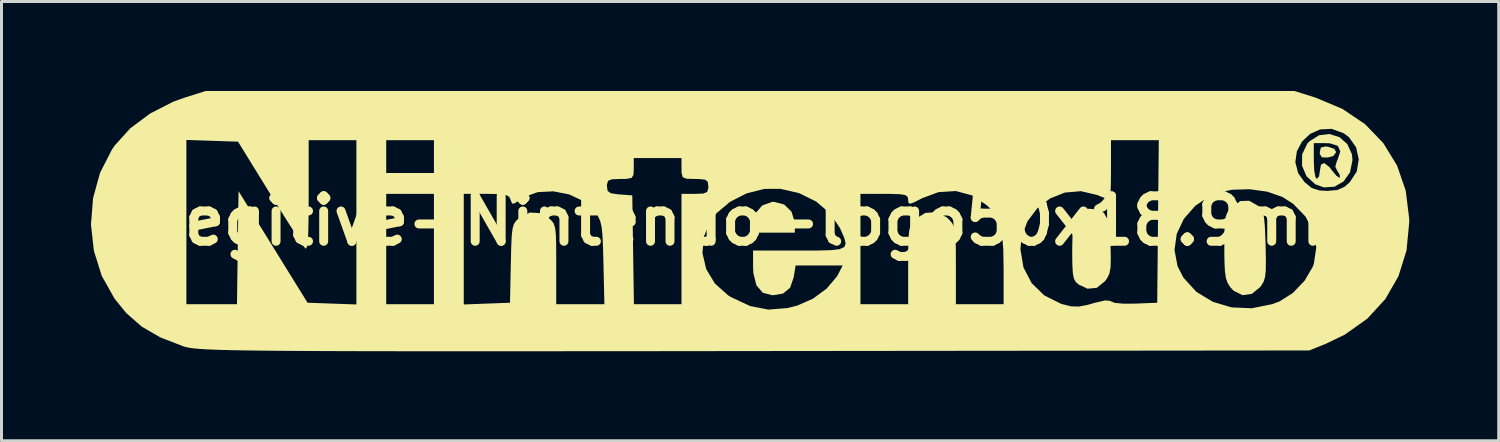
<source format=kicad_pcb>
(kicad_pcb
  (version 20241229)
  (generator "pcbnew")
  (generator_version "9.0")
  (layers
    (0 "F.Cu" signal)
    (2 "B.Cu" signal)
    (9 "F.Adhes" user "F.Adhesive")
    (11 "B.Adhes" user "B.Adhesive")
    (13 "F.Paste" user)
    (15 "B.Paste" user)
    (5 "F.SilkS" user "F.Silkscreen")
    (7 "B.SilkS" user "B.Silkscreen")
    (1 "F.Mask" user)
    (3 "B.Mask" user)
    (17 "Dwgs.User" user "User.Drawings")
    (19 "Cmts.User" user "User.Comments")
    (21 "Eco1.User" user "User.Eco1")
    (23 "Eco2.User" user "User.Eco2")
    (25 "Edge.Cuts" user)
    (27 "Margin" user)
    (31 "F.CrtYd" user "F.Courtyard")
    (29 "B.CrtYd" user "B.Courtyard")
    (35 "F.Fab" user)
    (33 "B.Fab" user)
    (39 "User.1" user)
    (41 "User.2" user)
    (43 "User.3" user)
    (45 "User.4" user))
  (footprint "Negitive-Nintendo-logo50x18.9mm"
    (layer "F.Cu")
    (at 22.099 4.35)
    (property "Reference" "Negitive-Nintendo-logo50x18.9mm" (at 0 0 0) (layer "F.SilkS") (effects (font (size 1.524 1.524) (thickness 0.3))))
    (attr board_only exclude_from_pos_files exclude_from_bom)
    (fp_poly (pts (xy 19.375 -2.482) (xy 19.586 -2.409) (xy 19.65 -2.3) (xy 19.56 -2.174) (xy 19.375 -2.118) (xy 19.173 -2.124) (xy 19.104 -2.233) (xy 19.1 -2.3) (xy 19.137 -2.452) (xy 19.288 -2.489)) (stroke (width 0) (type solid)) (fill yes) (layer "F.SilkS"))
    (fp_poly (pts (xy 1.142 -0.544) (xy 1.387 -0.305) (xy 1.497 0.044) (xy 1.5 0.111) (xy 1.5 0.4) (xy 0.1 0.4) (xy 0.1 0.111) (xy 0.184 -0.253) (xy 0.409 -0.513) (xy 0.737 -0.631) (xy 0.8 -0.633)) (stroke (width 0) (type solid)) (fill yes) (layer "F.SilkS"))
    (fp_poly (pts (xy 11.667 -0.372) (xy 11.859 -0.268) (xy 11.98 -0.057) (xy 12.049 0.291) (xy 12.083 0.807) (xy 12.084 0.817) (xy 12.095 1.269) (xy 12.085 1.572) (xy 12.046 1.776) (xy 11.969 1.932) (xy 11.902 2.025) (xy 11.626 2.25) (xy 11.315 2.28) (xy 11.022 2.144) (xy 10.922 2.059) (xy 10.857 1.944) (xy 10.821 1.759) (xy 10.804 1.461) (xy 10.8 1.008) (xy 10.8 0.951) (xy 10.812 0.4) (xy 10.855 0.019) (xy 10.942 -0.221) (xy 11.087 -0.351) (xy 11.301 -0.398) (xy 11.388 -0.4)) (stroke (width 0) (type solid)) (fill yes) (layer "F.SilkS"))
    (fp_poly (pts (xy 17.014 -0.509) (xy 17.117 -0.412) (xy 17.187 -0.29) (xy 17.231 -0.105) (xy 17.258 0.185) (xy 17.277 0.621) (xy 17.283 0.817) (xy 17.294 1.318) (xy 17.29 1.662) (xy 17.265 1.893) (xy 17.213 2.055) (xy 17.128 2.191) (xy 17.101 2.226) (xy 16.821 2.453) (xy 16.512 2.496) (xy 16.217 2.352) (xy 16.107 2.237) (xy 16.014 2.094) (xy 15.953 1.922) (xy 15.918 1.676) (xy 15.903 1.311) (xy 15.9 0.882) (xy 15.903 0.397) (xy 15.917 0.068) (xy 15.95 -0.147) (xy 16.01 -0.294) (xy 16.106 -0.414) (xy 16.145 -0.455) (xy 16.44 -0.66) (xy 16.732 -0.669)) (stroke (width 0) (type solid)) (fill yes) (layer "F.SilkS"))
    (fp_poly (pts (xy 19.759 -2.802) (xy 20.024 -2.57) (xy 20.177 -2.231) (xy 20.197 -2.03) (xy 20.114 -1.624) (xy 19.901 -1.319) (xy 19.597 -1.141) (xy 19.241 -1.116) (xy 18.95 -1.221) (xy 18.655 -1.491) (xy 18.505 -1.846) (xy 18.507 -2) (xy 18.9 -2) (xy 18.915 -1.68) (xy 18.955 -1.464) (xy 19 -1.4) (xy 19.076 -1.485) (xy 19.1 -1.644) (xy 19.14 -1.88) (xy 19.25 -1.933) (xy 19.421 -1.801) (xy 19.503 -1.695) (xy 19.656 -1.511) (xy 19.761 -1.437) (xy 19.775 -1.442) (xy 19.764 -1.55) (xy 19.699 -1.651) (xy 19.621 -1.807) (xy 19.672 -1.997) (xy 19.698 -2.047) (xy 19.789 -2.327) (xy 19.706 -2.509) (xy 19.448 -2.593) (xy 19.303 -2.6) (xy 18.9 -2.6) (xy 18.9 -2) (xy 18.507 -2) (xy 18.51 -2.227) (xy 18.678 -2.579) (xy 18.745 -2.655) (xy 19.073 -2.864) (xy 19.426 -2.907)) (stroke (width 0) (type solid)) (fill yes) (layer "F.SilkS"))
    (fp_poly (pts (xy 18.962 -4.126) (xy 19.858 -3.75) (xy 20.619 -3.237) (xy 21.233 -2.599) (xy 21.691 -1.851) (xy 21.983 -1.004) (xy 22.098 -0.074) (xy 22.1 0.05) (xy 22.009 0.998) (xy 21.739 1.86) (xy 21.3 2.625) (xy 20.697 3.282) (xy 19.94 3.819) (xy 19.311 4.123) (xy 18.75 4.35) (xy 0.15 4.37) (xy -2.12 4.373) (xy -4.198 4.375) (xy -6.094 4.376) (xy -7.816 4.377) (xy -9.372 4.377) (xy -10.772 4.377) (xy -12.024 4.376) (xy -13.137 4.374) (xy -14.12 4.371) (xy -14.981 4.367) (xy -15.729 4.362) (xy -16.372 4.356) (xy -16.92 4.349) (xy -17.381 4.341) (xy -17.763 4.331) (xy -18.076 4.32) (xy -18.328 4.307) (xy -18.528 4.293) (xy -18.685 4.277) (xy -18.806 4.259) (xy -18.902 4.24) (xy -18.98 4.219) (xy -19 4.212) (xy -19.773 3.913) (xy -20.396 3.552) (xy -20.915 3.097) (xy -21.15 2.808) (xy -9.6 2.808) (xy -8.05 2.75) (xy -8.022 1.43) (xy -8.009 0.893) (xy -7.993 0.519) (xy -7.965 0.272) (xy -7.92 0.114) (xy -7.851 0.008) (xy -7.749 -0.083) (xy -7.734 -0.095) (xy -7.387 -0.274) (xy -7.046 -0.254) (xy -6.763 -0.093) (xy -6.657 -0.003) (xy -6.585 0.094) (xy -6.539 0.234) (xy -6.513 0.455) (xy -6.502 0.792) (xy -6.5 1.282) (xy -6.5 1.457) (xy -6.5 2.8) (xy -4.885 2.8) (xy -4.917 1.417) (xy -4.932 0.862) (xy -4.951 0.467) (xy -4.981 0.194) (xy -5.028 0.001) (xy -5.1 -0.15) (xy -5.204 -0.299) (xy -5.223 -0.324) (xy -5.592 -0.66) (xy -6.069 -0.883) (xy -6.597 -0.985) (xy -7.12 -0.958) (xy -7.584 -0.792) (xy -7.696 -0.719) (xy -7.887 -0.586) (xy -7.976 -0.571) (xy -8.021 -0.672) (xy -8.03 -0.705) (xy -8.079 -0.805) (xy -8.19 -0.864) (xy -8.406 -0.892) (xy -8.771 -0.9) (xy -8.841 -0.9) (xy -9.6 -0.9) (xy -9.6 2.808) (xy -21.15 2.808) (xy -21.308 2.614) (xy -21.738 1.848) (xy -22.002 1.007) (xy -22.099 0.127) (xy -22.029 -0.757) (xy -21.794 -1.609) (xy -21.392 -2.393) (xy -21.303 -2.522) (xy -21.135 -2.708) (xy -18.9 -2.708) (xy -18.9 2.8) (xy -17.204 2.8) (xy -17.177 0.906) (xy -17.15 -0.989) (xy -15.994 0.881) (xy -14.837 2.75) (xy -14.019 2.779) (xy -13.2 2.808) (xy -13.2 2.8) (xy -12.2 2.8) (xy -10.6 2.8) (xy -10.6 -0.9) (xy -12.2 -0.9) (xy -12.2 2.8) (xy -13.2 2.8) (xy -13.2 -1.156) (xy -4.8 -1.156) (xy -4.776 -0.999) (xy -4.667 -0.92) (xy -4.42 -0.884) (xy -4.375 -0.881) (xy -3.95 -0.85) (xy -3.923 0.975) (xy -3.895 2.8) (xy -2.3 2.8) (xy -2.3 1.083) (xy -1.598 1.083) (xy -1.472 1.62) (xy -1.181 2.105) (xy -0.734 2.503) (xy -0.639 2.562) (xy -0.002 2.86) (xy 0.612 2.98) (xy 1.255 2.928) (xy 1.583 2.846) (xy 1.687 2.8) (xy 3.7 2.8) (xy 5.3 2.8) (xy 5.3 1.495) (xy 5.302 0.96) (xy 5.311 0.587) (xy 5.335 0.337) (xy 5.378 0.171) (xy 5.447 0.053) (xy 5.545 -0.055) (xy 5.876 -0.262) (xy 6.236 -0.285) (xy 6.578 -0.123) (xy 6.655 -0.055) (xy 6.755 0.056) (xy 6.823 0.175) (xy 6.866 0.342) (xy 6.889 0.595) (xy 6.898 0.973) (xy 6.9 1.495) (xy 6.9 2.8) (xy 8.5 2.8) (xy 8.5 1.597) (xy 8.489 0.957) (xy 9.064 0.957) (xy 9.166 1.566) (xy 9.439 2.091) (xy 9.865 2.505) (xy 10.423 2.784) (xy 10.476 2.8) (xy 10.766 2.871) (xy 11.018 2.879) (xy 11.32 2.821) (xy 11.555 2.753) (xy 11.902 2.673) (xy 12.085 2.689) (xy 12.105 2.708) (xy 12.232 2.756) (xy 12.511 2.781) (xy 12.894 2.78) (xy 12.909 2.78) (xy 13.65 2.75) (xy 13.667 0.984) (xy 14.23 0.984) (xy 14.331 1.522) (xy 14.529 1.91) (xy 14.963 2.385) (xy 15.514 2.719) (xy 16.144 2.906) (xy 16.82 2.935) (xy 17.505 2.798) (xy 17.75 2.706) (xy 18.199 2.422) (xy 18.593 2.009) (xy 18.868 1.538) (xy 18.901 1.447) (xy 18.983 0.899) (xy 18.883 0.358) (xy 18.619 -0.143) (xy 18.206 -0.568) (xy 17.851 -0.795) (xy 17.343 -0.973) (xy 16.751 -1.055) (xy 16.15 -1.038) (xy 15.618 -0.92) (xy 15.463 -0.856) (xy 14.931 -0.505) (xy 14.541 -0.06) (xy 14.304 0.446) (xy 14.23 0.984) (xy 13.667 0.984) (xy 13.696 -1.963) (xy 18.281 -1.963) (xy 18.377 -1.591) (xy 18.592 -1.292) (xy 18.831 -1.098) (xy 19.089 -1.014) (xy 19.35 -1) (xy 19.687 -1.028) (xy 19.93 -1.137) (xy 20.108 -1.292) (xy 20.34 -1.651) (xy 20.408 -2.059) (xy 20.318 -2.46) (xy 20.078 -2.801) (xy 19.901 -2.933) (xy 19.496 -3.08) (xy 19.112 -3.061) (xy 18.773 -2.908) (xy 18.505 -2.653) (xy 18.332 -2.327) (xy 18.281 -1.963) (xy 13.696 -1.963) (xy 13.703 -2.7) (xy 12.1 -2.7) (xy 12.1 -1.7) (xy 12.096 -1.28) (xy 12.087 -0.947) (xy 12.073 -0.743) (xy 12.062 -0.7) (xy 11.955 -0.735) (xy 11.732 -0.822) (xy 11.64 -0.861) (xy 11.095 -0.99) (xy 10.556 -0.944) (xy 10.055 -0.744) (xy 9.625 -0.413) (xy 9.297 0.025) (xy 9.103 0.55) (xy 9.064 0.957) (xy 8.489 0.957) (xy 8.489 0.956) (xy 8.448 0.474) (xy 8.366 0.111) (xy 8.234 -0.173) (xy 8.04 -0.417) (xy 7.937 -0.519) (xy 7.45 -0.847) (xy 6.899 -0.995) (xy 6.317 -0.958) (xy 5.765 -0.753) (xy 5.495 -0.614) (xy 5.357 -0.567) (xy 5.307 -0.608) (xy 5.3 -0.703) (xy 5.283 -0.801) (xy 5.204 -0.86) (xy 5.023 -0.889) (xy 4.701 -0.899) (xy 4.5 -0.9) (xy 3.7 -0.9) (xy 3.7 2.8) (xy 1.687 2.8) (xy 2.104 2.617) (xy 2.567 2.276) (xy 2.907 1.875) (xy 2.958 1.785) (xy 3.105 1.5) (xy 1.526 1.5) (xy 1.462 1.897) (xy 1.341 2.249) (xy 1.102 2.444) (xy 0.757 2.5) (xy 0.429 2.417) (xy 0.213 2.169) (xy 0.109 1.759) (xy 0.1 1.55) (xy 0.1 1) (xy 1.65 1) (xy 2.271 0.999) (xy 2.714 0.988) (xy 3.002 0.953) (xy 3.158 0.884) (xy 3.204 0.767) (xy 3.162 0.59) (xy 3.055 0.341) (xy 3.014 0.249) (xy 2.685 -0.244) (xy 2.213 -0.644) (xy 1.642 -0.926) (xy 1.013 -1.069) (xy 0.48 -1.066) (xy -0.118 -0.916) (xy -0.674 -0.632) (xy -1.13 -0.248) (xy -1.318 -0.005) (xy -1.549 0.53) (xy -1.598 1.083) (xy -2.3 1.083) (xy -2.3 -0.9) (xy -1.85 -0.9) (xy -1.572 -0.91) (xy -1.441 -0.961) (xy -1.402 -1.083) (xy -1.4 -1.15) (xy -1.419 -1.304) (xy -1.51 -1.377) (xy -1.729 -1.399) (xy -1.85 -1.4) (xy -2.127 -1.407) (xy -2.257 -1.458) (xy -2.297 -1.594) (xy -2.3 -1.75) (xy -2.3 -2.1) (xy -3.9 -2.1) (xy -3.9 -1.75) (xy -3.91 -1.535) (xy -3.975 -1.433) (xy -4.15 -1.402) (xy -4.35 -1.4) (xy -4.628 -1.389) (xy -4.76 -1.338) (xy -4.798 -1.218) (xy -4.8 -1.156) (xy -13.2 -1.156) (xy -13.2 -1.6) (xy -12.2 -1.6) (xy -10.6 -1.6) (xy -10.6 -2.7) (xy -12.2 -2.7) (xy -12.2 -1.6) (xy -13.2 -1.6) (xy -13.2 -2.7) (xy -14.8 -2.7) (xy -14.8 -0.83) (xy -14.803 -0.152) (xy -14.812 0.344) (xy -14.829 0.678) (xy -14.856 0.869) (xy -14.892 0.934) (xy -14.918 0.922) (xy -15.005 0.804) (xy -15.178 0.542) (xy -15.42 0.166) (xy -15.713 -0.297) (xy -16.039 -0.821) (xy -16.103 -0.923) (xy -17.169 -2.65) (xy -18.034 -2.679) (xy -18.9 -2.708) (xy -21.135 -2.708) (xy -20.782 -3.097) (xy -20.113 -3.596) (xy -19.343 -3.989) (xy -18.962 -4.126) (xy -18.25 -4.35) (xy 18.25 -4.35)) (stroke (width 0) (type solid)) (fill yes) (layer "F.SilkS")))
  (gr_rect
    (start -3 -3)
    (end 47.199 11.727)
    (stroke (width 0.1) (type default))
    (fill no)
    (layer "Edge.Cuts")))
</source>
